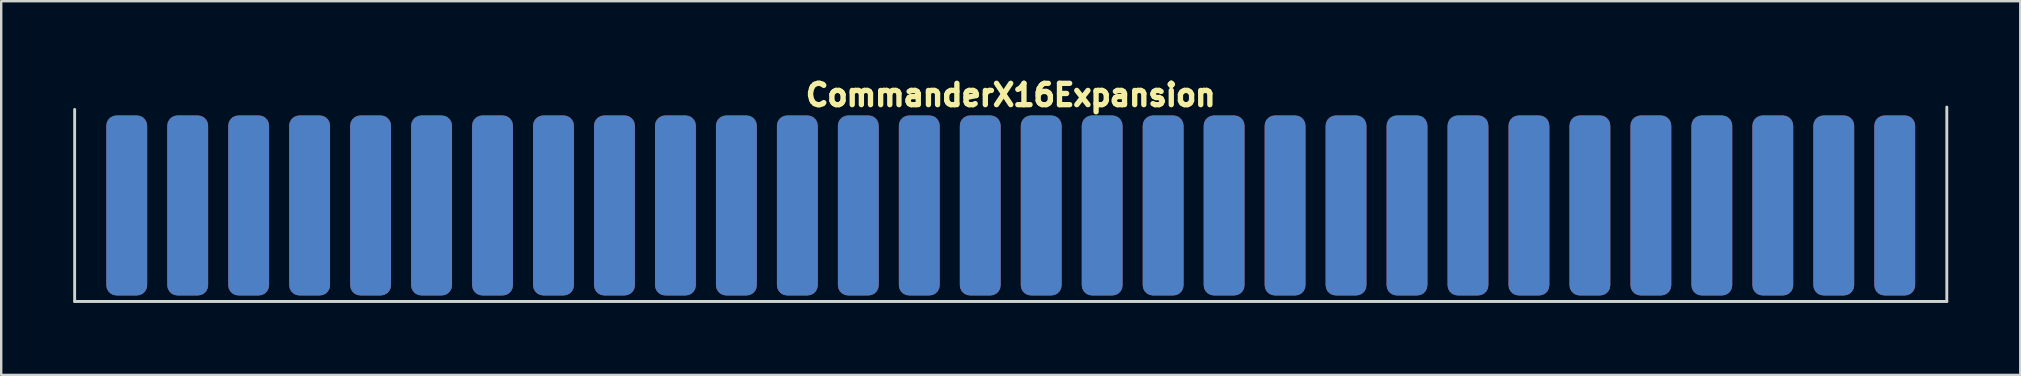
<source format=kicad_pcb>
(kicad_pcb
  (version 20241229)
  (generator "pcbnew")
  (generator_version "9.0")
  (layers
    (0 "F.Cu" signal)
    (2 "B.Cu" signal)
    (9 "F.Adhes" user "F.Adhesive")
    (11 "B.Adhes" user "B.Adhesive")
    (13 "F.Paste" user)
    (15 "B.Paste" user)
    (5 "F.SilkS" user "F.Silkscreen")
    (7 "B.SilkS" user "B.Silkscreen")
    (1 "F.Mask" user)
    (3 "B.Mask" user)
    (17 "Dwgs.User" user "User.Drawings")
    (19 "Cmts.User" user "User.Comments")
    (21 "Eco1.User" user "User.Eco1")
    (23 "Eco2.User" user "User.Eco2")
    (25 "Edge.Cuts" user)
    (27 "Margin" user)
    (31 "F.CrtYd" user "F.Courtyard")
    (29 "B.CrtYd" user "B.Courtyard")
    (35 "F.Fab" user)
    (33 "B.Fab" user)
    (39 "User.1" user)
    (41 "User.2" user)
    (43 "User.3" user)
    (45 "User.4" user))
  (footprint "CommanderX16Expansion"
    (layer "F.Cu")
    (at 39.06 5.51)
    (property "Reference" "CommanderX16Expansion" (at 0 -4.6 0) (layer "F.SilkS") (effects (font (size 0.889 0.889) (thickness 0.305))))
    (fp_line (start -39 -4) (end -39 4) (stroke (width 0.12) (type default)) (layer "Edge.Cuts"))
    (fp_line (start -39 4) (end 39 4) (stroke (width 0.12) (type default)) (layer "Edge.Cuts"))
    (fp_line (start 39 4) (end 39 -4.1) (stroke (width 0.12) (type default)) (layer "Edge.Cuts"))
    (pad "1" connect roundrect (at -36.83 0) (size 1.7 7.5) (layers "F.Cu" "F.Mask") (roundrect_rratio 0.25))
    (pad "2" connect roundrect (at -36.83 0 180) (size 1.702 7.498) (layers "B.Cu" "B.Mask") (roundrect_rratio 0.25))
    (pad "3" connect roundrect (at -34.29 0) (size 1.7 7.5) (layers "F.Cu" "F.Mask") (roundrect_rratio 0.25))
    (pad "4" connect roundrect (at -34.29 0 180) (size 1.702 7.498) (layers "B.Cu" "B.Mask") (roundrect_rratio 0.25))
    (pad "5" connect roundrect (at -31.75 0) (size 1.7 7.5) (layers "F.Cu" "F.Mask") (roundrect_rratio 0.25))
    (pad "6" connect roundrect (at -31.75 0 180) (size 1.702 7.498) (layers "B.Cu" "B.Mask") (roundrect_rratio 0.25))
    (pad "7" connect roundrect (at -29.21 0) (size 1.7 7.5) (layers "F.Cu" "F.Mask") (roundrect_rratio 0.25))
    (pad "8" connect roundrect (at -29.21 0 180) (size 1.702 7.498) (layers "B.Cu" "B.Mask") (roundrect_rratio 0.25))
    (pad "9" connect roundrect (at -26.67 0) (size 1.7 7.5) (layers "F.Cu" "F.Mask") (roundrect_rratio 0.25))
    (pad "10" connect roundrect (at -26.67 0 180) (size 1.702 7.498) (layers "B.Cu" "B.Mask") (roundrect_rratio 0.25))
    (pad "11" connect roundrect (at -24.13 0) (size 1.7 7.5) (layers "F.Cu" "F.Mask") (roundrect_rratio 0.25))
    (pad "12" connect roundrect (at -24.13 0 180) (size 1.702 7.498) (layers "B.Cu" "B.Mask") (roundrect_rratio 0.25))
    (pad "13" connect roundrect (at -21.59 0) (size 1.7 7.5) (layers "F.Cu" "F.Mask") (roundrect_rratio 0.25))
    (pad "14" connect roundrect (at -21.59 0 180) (size 1.702 7.498) (layers "B.Cu" "B.Mask") (roundrect_rratio 0.25))
    (pad "15" connect roundrect (at -19.05 0) (size 1.7 7.5) (layers "F.Cu" "F.Mask") (roundrect_rratio 0.25))
    (pad "16" connect roundrect (at -19.05 0 180) (size 1.702 7.498) (layers "B.Cu" "B.Mask") (roundrect_rratio 0.25))
    (pad "17" connect roundrect (at -16.51 0) (size 1.7 7.5) (layers "F.Cu" "F.Mask") (roundrect_rratio 0.25))
    (pad "18" connect roundrect (at -16.51 0 180) (size 1.702 7.498) (layers "B.Cu" "B.Mask") (roundrect_rratio 0.25))
    (pad "19" connect roundrect (at -13.97 0) (size 1.7 7.5) (layers "F.Cu" "F.Mask") (roundrect_rratio 0.25))
    (pad "20" connect roundrect (at -13.97 0 180) (size 1.702 7.498) (layers "B.Cu" "B.Mask") (roundrect_rratio 0.25))
    (pad "21" connect roundrect (at -11.43 0) (size 1.7 7.5) (layers "F.Cu" "F.Mask") (roundrect_rratio 0.25))
    (pad "22" connect roundrect (at -11.43 0 180) (size 1.702 7.498) (layers "B.Cu" "B.Mask") (roundrect_rratio 0.25))
    (pad "23" connect roundrect (at -8.89 0) (size 1.7 7.5) (layers "F.Cu" "F.Mask") (roundrect_rratio 0.25))
    (pad "24" connect roundrect (at -8.89 0 180) (size 1.702 7.498) (layers "B.Cu" "B.Mask") (roundrect_rratio 0.25))
    (pad "25" connect roundrect (at -6.35 0) (size 1.7 7.5) (layers "F.Cu" "F.Mask") (roundrect_rratio 0.25))
    (pad "26" connect roundrect (at -6.35 0 180) (size 1.702 7.498) (layers "B.Cu" "B.Mask") (roundrect_rratio 0.25))
    (pad "27" connect roundrect (at -3.81 0) (size 1.7 7.5) (layers "F.Cu" "F.Mask") (roundrect_rratio 0.25))
    (pad "28" connect roundrect (at -3.81 0 180) (size 1.702 7.498) (layers "B.Cu" "B.Mask") (roundrect_rratio 0.25))
    (pad "29" connect roundrect (at -1.27 0) (size 1.7 7.5) (layers "F.Cu" "F.Mask") (roundrect_rratio 0.25))
    (pad "30" connect roundrect (at -1.27 0 180) (size 1.702 7.498) (layers "B.Cu" "B.Mask") (roundrect_rratio 0.25))
    (pad "31" connect roundrect (at 1.27 0) (size 1.7 7.5) (layers "F.Cu" "F.Mask") (roundrect_rratio 0.25))
    (pad "32" connect roundrect (at 1.27 0 180) (size 1.702 7.498) (layers "B.Cu" "B.Mask") (roundrect_rratio 0.25))
    (pad "33" connect roundrect (at 3.81 0) (size 1.7 7.5) (layers "F.Cu" "F.Mask") (roundrect_rratio 0.25))
    (pad "34" connect roundrect (at 3.81 0 180) (size 1.702 7.498) (layers "B.Cu" "B.Mask") (roundrect_rratio 0.25))
    (pad "35" connect roundrect (at 6.35 0) (size 1.7 7.5) (layers "F.Cu" "F.Mask") (roundrect_rratio 0.25))
    (pad "36" connect roundrect (at 6.35 0 180) (size 1.702 7.498) (layers "B.Cu" "B.Mask") (roundrect_rratio 0.25))
    (pad "37" connect roundrect (at 8.89 0) (size 1.7 7.5) (layers "F.Cu" "F.Mask") (roundrect_rratio 0.25))
    (pad "38" connect roundrect (at 8.89 0 180) (size 1.702 7.498) (layers "B.Cu" "B.Mask") (roundrect_rratio 0.25))
    (pad "39" connect roundrect (at 11.43 0) (size 1.7 7.5) (layers "F.Cu" "F.Mask") (roundrect_rratio 0.25))
    (pad "40" connect roundrect (at 11.43 0 180) (size 1.702 7.498) (layers "B.Cu" "B.Mask") (roundrect_rratio 0.25))
    (pad "41" connect roundrect (at 13.97 0) (size 1.7 7.5) (layers "F.Cu" "F.Mask") (roundrect_rratio 0.25))
    (pad "42" connect roundrect (at 13.97 0 180) (size 1.702 7.498) (layers "B.Cu" "B.Mask") (roundrect_rratio 0.25))
    (pad "43" connect roundrect (at 16.51 0) (size 1.7 7.5) (layers "F.Cu" "F.Mask") (roundrect_rratio 0.25))
    (pad "44" connect roundrect (at 16.51 0 180) (size 1.702 7.498) (layers "B.Cu" "B.Mask") (roundrect_rratio 0.25))
    (pad "45" connect roundrect (at 19.05 0) (size 1.7 7.5) (layers "F.Cu" "F.Mask") (roundrect_rratio 0.25))
    (pad "46" connect roundrect (at 19.05 0 180) (size 1.702 7.498) (layers "B.Cu" "B.Mask") (roundrect_rratio 0.25))
    (pad "47" connect roundrect (at 21.59 0) (size 1.7 7.5) (layers "F.Cu" "F.Mask") (roundrect_rratio 0.25))
    (pad "48" connect roundrect (at 21.59 0 180) (size 1.702 7.498) (layers "B.Cu" "B.Mask") (roundrect_rratio 0.25))
    (pad "49" connect roundrect (at 24.13 0) (size 1.7 7.5) (layers "F.Cu" "F.Mask") (roundrect_rratio 0.25))
    (pad "50" connect roundrect (at 24.13 0 180) (size 1.702 7.498) (layers "B.Cu" "B.Mask") (roundrect_rratio 0.25))
    (pad "51" connect roundrect (at 26.67 0) (size 1.7 7.5) (layers "F.Cu" "F.Mask") (roundrect_rratio 0.25))
    (pad "52" connect roundrect (at 26.67 0 180) (size 1.702 7.498) (layers "B.Cu" "B.Mask") (roundrect_rratio 0.25))
    (pad "53" connect roundrect (at 29.21 0) (size 1.7 7.5) (layers "F.Cu" "F.Mask") (roundrect_rratio 0.25))
    (pad "54" connect roundrect (at 29.21 0 180) (size 1.702 7.498) (layers "B.Cu" "B.Mask") (roundrect_rratio 0.25))
    (pad "55" connect roundrect (at 31.75 0) (size 1.7 7.5) (layers "F.Cu" "F.Mask") (roundrect_rratio 0.25))
    (pad "56" connect roundrect (at 31.75 0 180) (size 1.702 7.498) (layers "B.Cu" "B.Mask") (roundrect_rratio 0.25))
    (pad "57" connect roundrect (at 34.29 0) (size 1.7 7.5) (layers "F.Cu" "F.Mask") (roundrect_rratio 0.25))
    (pad "58" connect roundrect (at 34.29 0 180) (size 1.702 7.498) (layers "B.Cu" "B.Mask") (roundrect_rratio 0.25))
    (pad "59" connect roundrect (at 36.83 0) (size 1.7 7.5) (layers "F.Cu" "F.Mask") (roundrect_rratio 0.25))
    (pad "60" connect roundrect (at 36.83 0 180) (size 1.702 7.498) (layers "B.Cu" "B.Mask") (roundrect_rratio 0.25)))
  (gr_rect
    (start -3 -3)
    (end 81.12 12.57)
    (stroke (width 0.1) (type default))
    (fill no)
    (layer "Edge.Cuts")))
</source>
